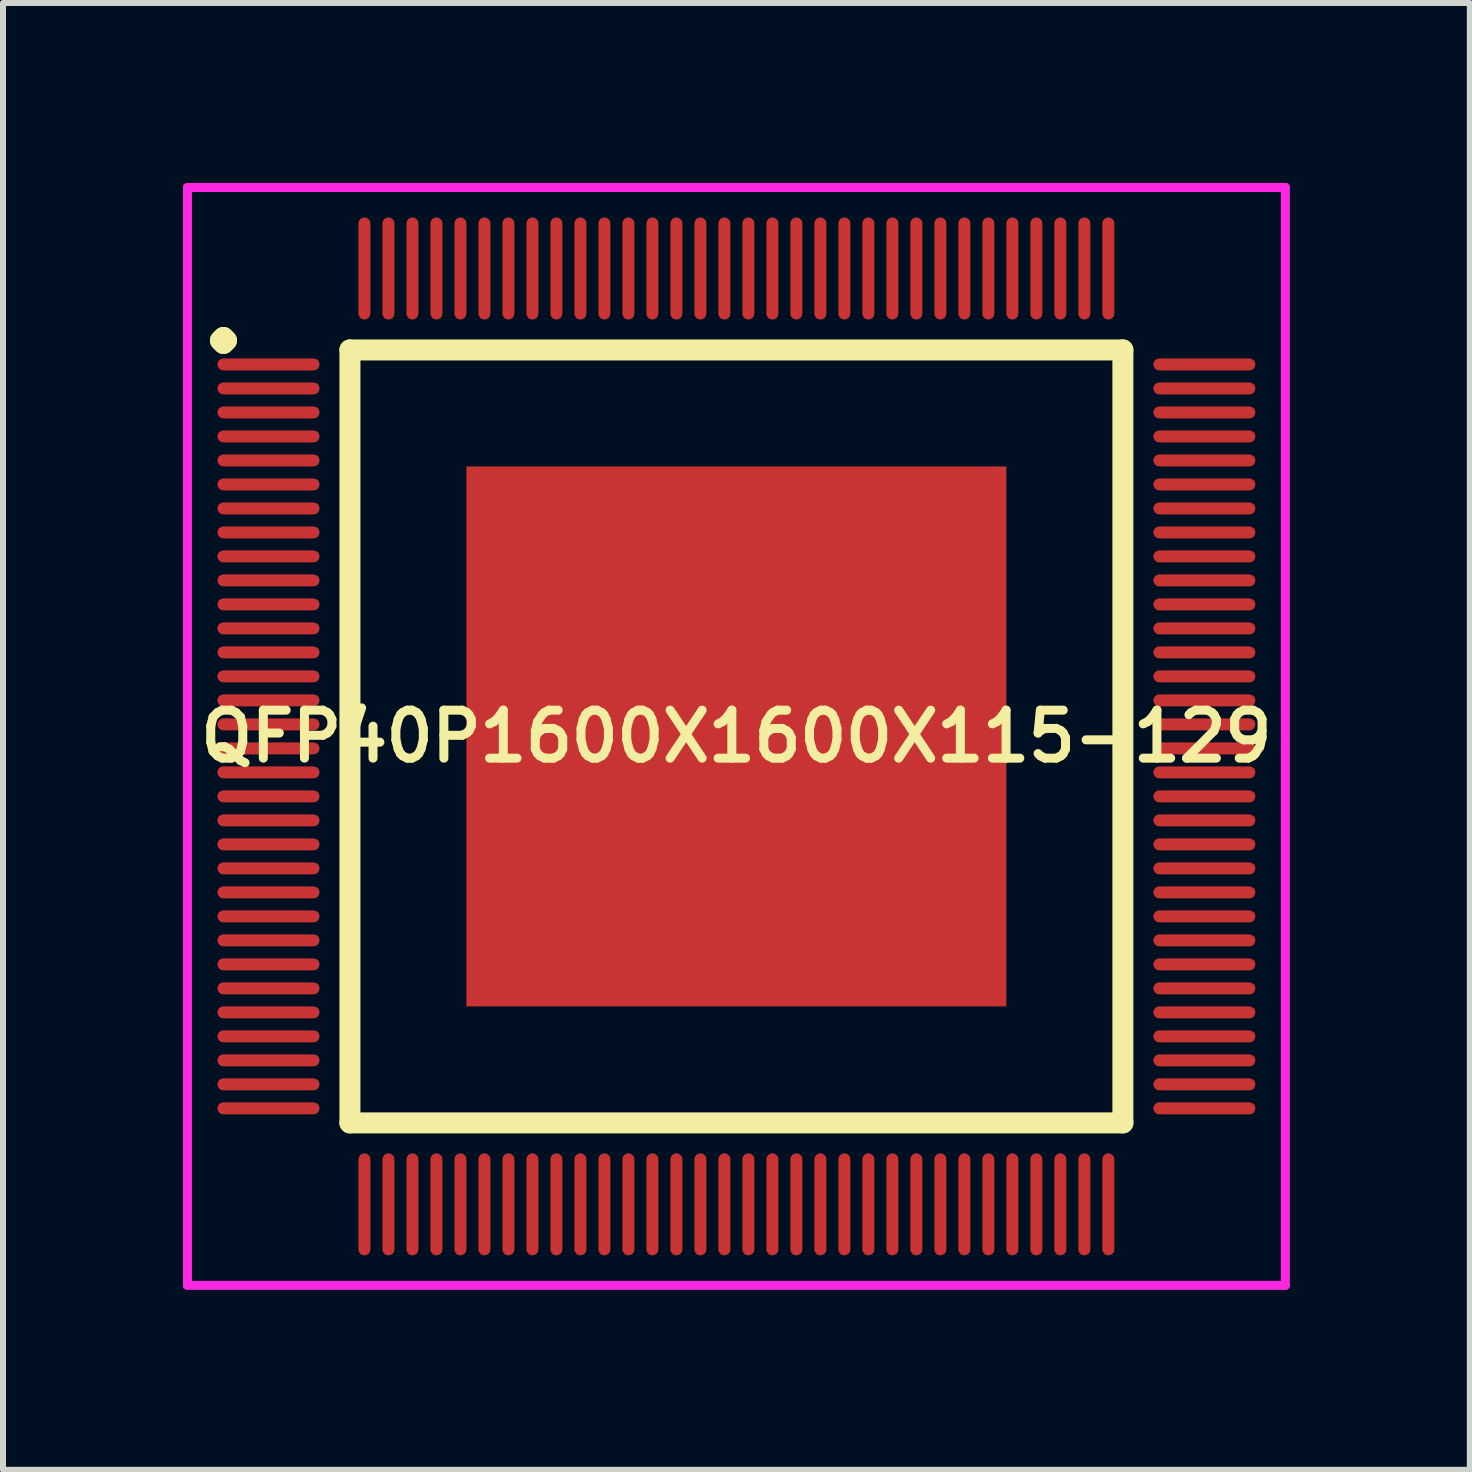
<source format=kicad_pcb>
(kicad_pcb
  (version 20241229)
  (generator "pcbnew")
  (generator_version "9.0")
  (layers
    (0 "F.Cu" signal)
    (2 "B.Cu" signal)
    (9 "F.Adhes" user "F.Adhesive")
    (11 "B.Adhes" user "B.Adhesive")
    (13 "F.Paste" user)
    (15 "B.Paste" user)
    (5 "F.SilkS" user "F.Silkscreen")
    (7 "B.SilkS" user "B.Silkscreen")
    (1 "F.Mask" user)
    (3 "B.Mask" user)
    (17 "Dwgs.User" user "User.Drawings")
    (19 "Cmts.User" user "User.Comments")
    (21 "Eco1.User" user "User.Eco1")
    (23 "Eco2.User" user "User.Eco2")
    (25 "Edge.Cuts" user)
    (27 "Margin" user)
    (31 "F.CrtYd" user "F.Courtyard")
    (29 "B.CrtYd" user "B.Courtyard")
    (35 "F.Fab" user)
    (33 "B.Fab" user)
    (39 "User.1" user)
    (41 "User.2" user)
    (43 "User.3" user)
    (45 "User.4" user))
  (footprint "QFP40P1600X1600X115-129"
    (layer "F.Cu")
    (at 9.225 9.225)
    (property "Reference" "QFP40P1600X1600X115-129" (at 0 0 0) (layer "F.SilkS") (effects (font (size 0.8 0.8) (thickness 0.15))))
    (attr smd)
    (fp_line (start -8.6 -6.6) (end -8.55 -6.65) (stroke (width 0.35) (type solid)) (layer "F.SilkS"))
    (fp_line (start -8.55 -6.65) (end -8.5 -6.6) (stroke (width 0.35) (type solid)) (layer "F.SilkS"))
    (fp_line (start -8.55 -6.55) (end -8.6 -6.6) (stroke (width 0.35) (type solid)) (layer "F.SilkS"))
    (fp_line (start -8.5 -6.6) (end -8.55 -6.55) (stroke (width 0.35) (type solid)) (layer "F.SilkS"))
    (fp_line (start -6.442 -6.442) (end -6.442 6.442) (stroke (width 0.35) (type solid)) (layer "F.SilkS"))
    (fp_line (start -6.442 6.442) (end 6.442 6.442) (stroke (width 0.35) (type solid)) (layer "F.SilkS"))
    (fp_line (start 6.442 -6.442) (end -6.442 -6.442) (stroke (width 0.35) (type solid)) (layer "F.SilkS"))
    (fp_line (start 6.442 6.442) (end 6.442 -6.442) (stroke (width 0.35) (type solid)) (layer "F.SilkS"))
    (fp_line (start -9.15 -9.15) (end 9.15 -9.15) (stroke (width 0.15) (type solid)) (layer "F.CrtYd"))
    (fp_line (start -9.15 9.15) (end -9.15 -9.15) (stroke (width 0.15) (type solid)) (layer "F.CrtYd"))
    (fp_line (start 9.15 -9.15) (end 9.15 9.15) (stroke (width 0.15) (type solid)) (layer "F.CrtYd"))
    (fp_line (start 9.15 9.15) (end -9.15 9.15) (stroke (width 0.15) (type solid)) (layer "F.CrtYd"))
    (pad "1" smd oval (at -7.8 -6.2) (size 1.7 0.2) (layers "F.Cu" "F.Mask" "F.Paste"))
    (pad "2" smd oval (at -7.8 -5.8) (size 1.7 0.2) (layers "F.Cu" "F.Mask" "F.Paste"))
    (pad "3" smd oval (at -7.8 -5.4) (size 1.7 0.2) (layers "F.Cu" "F.Mask" "F.Paste"))
    (pad "4" smd oval (at -7.8 -5) (size 1.7 0.2) (layers "F.Cu" "F.Mask" "F.Paste"))
    (pad "5" smd oval (at -7.8 -4.6) (size 1.7 0.2) (layers "F.Cu" "F.Mask" "F.Paste"))
    (pad "6" smd oval (at -7.8 -4.2) (size 1.7 0.2) (layers "F.Cu" "F.Mask" "F.Paste"))
    (pad "7" smd oval (at -7.8 -3.8) (size 1.7 0.2) (layers "F.Cu" "F.Mask" "F.Paste"))
    (pad "8" smd oval (at -7.8 -3.4) (size 1.7 0.2) (layers "F.Cu" "F.Mask" "F.Paste"))
    (pad "9" smd oval (at -7.8 -3) (size 1.7 0.2) (layers "F.Cu" "F.Mask" "F.Paste"))
    (pad "10" smd oval (at -7.8 -2.6) (size 1.7 0.2) (layers "F.Cu" "F.Mask" "F.Paste"))
    (pad "11" smd oval (at -7.8 -2.2) (size 1.7 0.2) (layers "F.Cu" "F.Mask" "F.Paste"))
    (pad "12" smd oval (at -7.8 -1.8) (size 1.7 0.2) (layers "F.Cu" "F.Mask" "F.Paste"))
    (pad "13" smd oval (at -7.8 -1.4) (size 1.7 0.2) (layers "F.Cu" "F.Mask" "F.Paste"))
    (pad "14" smd oval (at -7.8 -1) (size 1.7 0.2) (layers "F.Cu" "F.Mask" "F.Paste"))
    (pad "15" smd oval (at -7.8 -0.6) (size 1.7 0.2) (layers "F.Cu" "F.Mask" "F.Paste"))
    (pad "16" smd oval (at -7.8 -0.2) (size 1.7 0.2) (layers "F.Cu" "F.Mask" "F.Paste"))
    (pad "17" smd oval (at -7.8 0.2) (size 1.7 0.2) (layers "F.Cu" "F.Mask" "F.Paste"))
    (pad "18" smd oval (at -7.8 0.6) (size 1.7 0.2) (layers "F.Cu" "F.Mask" "F.Paste"))
    (pad "19" smd oval (at -7.8 1) (size 1.7 0.2) (layers "F.Cu" "F.Mask" "F.Paste"))
    (pad "20" smd oval (at -7.8 1.4) (size 1.7 0.2) (layers "F.Cu" "F.Mask" "F.Paste"))
    (pad "21" smd oval (at -7.8 1.8) (size 1.7 0.2) (layers "F.Cu" "F.Mask" "F.Paste"))
    (pad "22" smd oval (at -7.8 2.2) (size 1.7 0.2) (layers "F.Cu" "F.Mask" "F.Paste"))
    (pad "23" smd oval (at -7.8 2.6) (size 1.7 0.2) (layers "F.Cu" "F.Mask" "F.Paste"))
    (pad "24" smd oval (at -7.8 3) (size 1.7 0.2) (layers "F.Cu" "F.Mask" "F.Paste"))
    (pad "25" smd oval (at -7.8 3.4) (size 1.7 0.2) (layers "F.Cu" "F.Mask" "F.Paste"))
    (pad "26" smd oval (at -7.8 3.8) (size 1.7 0.2) (layers "F.Cu" "F.Mask" "F.Paste"))
    (pad "27" smd oval (at -7.8 4.2) (size 1.7 0.2) (layers "F.Cu" "F.Mask" "F.Paste"))
    (pad "28" smd oval (at -7.8 4.6) (size 1.7 0.2) (layers "F.Cu" "F.Mask" "F.Paste"))
    (pad "29" smd oval (at -7.8 5) (size 1.7 0.2) (layers "F.Cu" "F.Mask" "F.Paste"))
    (pad "30" smd oval (at -7.8 5.4) (size 1.7 0.2) (layers "F.Cu" "F.Mask" "F.Paste"))
    (pad "31" smd oval (at -7.8 5.8) (size 1.7 0.2) (layers "F.Cu" "F.Mask" "F.Paste"))
    (pad "32" smd oval (at -7.8 6.2) (size 1.7 0.2) (layers "F.Cu" "F.Mask" "F.Paste"))
    (pad "33" smd oval (at -6.2 7.8) (size 0.2 1.7) (layers "F.Cu" "F.Mask" "F.Paste"))
    (pad "34" smd oval (at -5.8 7.8) (size 0.2 1.7) (layers "F.Cu" "F.Mask" "F.Paste"))
    (pad "35" smd oval (at -5.4 7.8) (size 0.2 1.7) (layers "F.Cu" "F.Mask" "F.Paste"))
    (pad "36" smd oval (at -5 7.8) (size 0.2 1.7) (layers "F.Cu" "F.Mask" "F.Paste"))
    (pad "37" smd oval (at -4.6 7.8) (size 0.2 1.7) (layers "F.Cu" "F.Mask" "F.Paste"))
    (pad "38" smd oval (at -4.2 7.8) (size 0.2 1.7) (layers "F.Cu" "F.Mask" "F.Paste"))
    (pad "39" smd oval (at -3.8 7.8) (size 0.2 1.7) (layers "F.Cu" "F.Mask" "F.Paste"))
    (pad "40" smd oval (at -3.4 7.8) (size 0.2 1.7) (layers "F.Cu" "F.Mask" "F.Paste"))
    (pad "41" smd oval (at -3 7.8) (size 0.2 1.7) (layers "F.Cu" "F.Mask" "F.Paste"))
    (pad "42" smd oval (at -2.6 7.8) (size 0.2 1.7) (layers "F.Cu" "F.Mask" "F.Paste"))
    (pad "43" smd oval (at -2.2 7.8) (size 0.2 1.7) (layers "F.Cu" "F.Mask" "F.Paste"))
    (pad "44" smd oval (at -1.8 7.8) (size 0.2 1.7) (layers "F.Cu" "F.Mask" "F.Paste"))
    (pad "45" smd oval (at -1.4 7.8) (size 0.2 1.7) (layers "F.Cu" "F.Mask" "F.Paste"))
    (pad "46" smd oval (at -1 7.8) (size 0.2 1.7) (layers "F.Cu" "F.Mask" "F.Paste"))
    (pad "47" smd oval (at -0.6 7.8) (size 0.2 1.7) (layers "F.Cu" "F.Mask" "F.Paste"))
    (pad "48" smd oval (at -0.2 7.8) (size 0.2 1.7) (layers "F.Cu" "F.Mask" "F.Paste"))
    (pad "49" smd oval (at 0.2 7.8) (size 0.2 1.7) (layers "F.Cu" "F.Mask" "F.Paste"))
    (pad "50" smd oval (at 0.6 7.8) (size 0.2 1.7) (layers "F.Cu" "F.Mask" "F.Paste"))
    (pad "51" smd oval (at 1 7.8) (size 0.2 1.7) (layers "F.Cu" "F.Mask" "F.Paste"))
    (pad "52" smd oval (at 1.4 7.8) (size 0.2 1.7) (layers "F.Cu" "F.Mask" "F.Paste"))
    (pad "53" smd oval (at 1.8 7.8) (size 0.2 1.7) (layers "F.Cu" "F.Mask" "F.Paste"))
    (pad "54" smd oval (at 2.2 7.8) (size 0.2 1.7) (layers "F.Cu" "F.Mask" "F.Paste"))
    (pad "55" smd oval (at 2.6 7.8) (size 0.2 1.7) (layers "F.Cu" "F.Mask" "F.Paste"))
    (pad "56" smd oval (at 3 7.8) (size 0.2 1.7) (layers "F.Cu" "F.Mask" "F.Paste"))
    (pad "57" smd oval (at 3.4 7.8) (size 0.2 1.7) (layers "F.Cu" "F.Mask" "F.Paste"))
    (pad "58" smd oval (at 3.8 7.8) (size 0.2 1.7) (layers "F.Cu" "F.Mask" "F.Paste"))
    (pad "59" smd oval (at 4.2 7.8) (size 0.2 1.7) (layers "F.Cu" "F.Mask" "F.Paste"))
    (pad "60" smd oval (at 4.6 7.8) (size 0.2 1.7) (layers "F.Cu" "F.Mask" "F.Paste"))
    (pad "61" smd oval (at 5 7.8) (size 0.2 1.7) (layers "F.Cu" "F.Mask" "F.Paste"))
    (pad "62" smd oval (at 5.4 7.8) (size 0.2 1.7) (layers "F.Cu" "F.Mask" "F.Paste"))
    (pad "63" smd oval (at 5.8 7.8) (size 0.2 1.7) (layers "F.Cu" "F.Mask" "F.Paste"))
    (pad "64" smd oval (at 6.2 7.8) (size 0.2 1.7) (layers "F.Cu" "F.Mask" "F.Paste"))
    (pad "65" smd oval (at 7.8 6.2) (size 1.7 0.2) (layers "F.Cu" "F.Mask" "F.Paste"))
    (pad "66" smd oval (at 7.8 5.8) (size 1.7 0.2) (layers "F.Cu" "F.Mask" "F.Paste"))
    (pad "67" smd oval (at 7.8 5.4) (size 1.7 0.2) (layers "F.Cu" "F.Mask" "F.Paste"))
    (pad "68" smd oval (at 7.8 5) (size 1.7 0.2) (layers "F.Cu" "F.Mask" "F.Paste"))
    (pad "69" smd oval (at 7.8 4.6) (size 1.7 0.2) (layers "F.Cu" "F.Mask" "F.Paste"))
    (pad "70" smd oval (at 7.8 4.2) (size 1.7 0.2) (layers "F.Cu" "F.Mask" "F.Paste"))
    (pad "71" smd oval (at 7.8 3.8) (size 1.7 0.2) (layers "F.Cu" "F.Mask" "F.Paste"))
    (pad "72" smd oval (at 7.8 3.4) (size 1.7 0.2) (layers "F.Cu" "F.Mask" "F.Paste"))
    (pad "73" smd oval (at 7.8 3) (size 1.7 0.2) (layers "F.Cu" "F.Mask" "F.Paste"))
    (pad "74" smd oval (at 7.8 2.6) (size 1.7 0.2) (layers "F.Cu" "F.Mask" "F.Paste"))
    (pad "75" smd oval (at 7.8 2.2) (size 1.7 0.2) (layers "F.Cu" "F.Mask" "F.Paste"))
    (pad "76" smd oval (at 7.8 1.8) (size 1.7 0.2) (layers "F.Cu" "F.Mask" "F.Paste"))
    (pad "77" smd oval (at 7.8 1.4) (size 1.7 0.2) (layers "F.Cu" "F.Mask" "F.Paste"))
    (pad "78" smd oval (at 7.8 1) (size 1.7 0.2) (layers "F.Cu" "F.Mask" "F.Paste"))
    (pad "79" smd oval (at 7.8 0.6) (size 1.7 0.2) (layers "F.Cu" "F.Mask" "F.Paste"))
    (pad "80" smd oval (at 7.8 0.2) (size 1.7 0.2) (layers "F.Cu" "F.Mask" "F.Paste"))
    (pad "81" smd oval (at 7.8 -0.2) (size 1.7 0.2) (layers "F.Cu" "F.Mask" "F.Paste"))
    (pad "82" smd oval (at 7.8 -0.6) (size 1.7 0.2) (layers "F.Cu" "F.Mask" "F.Paste"))
    (pad "83" smd oval (at 7.8 -1) (size 1.7 0.2) (layers "F.Cu" "F.Mask" "F.Paste"))
    (pad "84" smd oval (at 7.8 -1.4) (size 1.7 0.2) (layers "F.Cu" "F.Mask" "F.Paste"))
    (pad "85" smd oval (at 7.8 -1.8) (size 1.7 0.2) (layers "F.Cu" "F.Mask" "F.Paste"))
    (pad "86" smd oval (at 7.8 -2.2) (size 1.7 0.2) (layers "F.Cu" "F.Mask" "F.Paste"))
    (pad "87" smd oval (at 7.8 -2.6) (size 1.7 0.2) (layers "F.Cu" "F.Mask" "F.Paste"))
    (pad "88" smd oval (at 7.8 -3) (size 1.7 0.2) (layers "F.Cu" "F.Mask" "F.Paste"))
    (pad "89" smd oval (at 7.8 -3.4) (size 1.7 0.2) (layers "F.Cu" "F.Mask" "F.Paste"))
    (pad "90" smd oval (at 7.8 -3.8) (size 1.7 0.2) (layers "F.Cu" "F.Mask" "F.Paste"))
    (pad "91" smd oval (at 7.8 -4.2) (size 1.7 0.2) (layers "F.Cu" "F.Mask" "F.Paste"))
    (pad "92" smd oval (at 7.8 -4.6) (size 1.7 0.2) (layers "F.Cu" "F.Mask" "F.Paste"))
    (pad "93" smd oval (at 7.8 -5) (size 1.7 0.2) (layers "F.Cu" "F.Mask" "F.Paste"))
    (pad "94" smd oval (at 7.8 -5.4) (size 1.7 0.2) (layers "F.Cu" "F.Mask" "F.Paste"))
    (pad "95" smd oval (at 7.8 -5.8) (size 1.7 0.2) (layers "F.Cu" "F.Mask" "F.Paste"))
    (pad "96" smd oval (at 7.8 -6.2) (size 1.7 0.2) (layers "F.Cu" "F.Mask" "F.Paste"))
    (pad "97" smd oval (at 6.2 -7.8) (size 0.2 1.7) (layers "F.Cu" "F.Mask" "F.Paste"))
    (pad "98" smd oval (at 5.8 -7.8) (size 0.2 1.7) (layers "F.Cu" "F.Mask" "F.Paste"))
    (pad "99" smd oval (at 5.4 -7.8) (size 0.2 1.7) (layers "F.Cu" "F.Mask" "F.Paste"))
    (pad "100" smd oval (at 5 -7.8) (size 0.2 1.7) (layers "F.Cu" "F.Mask" "F.Paste"))
    (pad "101" smd oval (at 4.6 -7.8) (size 0.2 1.7) (layers "F.Cu" "F.Mask" "F.Paste"))
    (pad "102" smd oval (at 4.2 -7.8) (size 0.2 1.7) (layers "F.Cu" "F.Mask" "F.Paste"))
    (pad "103" smd oval (at 3.8 -7.8) (size 0.2 1.7) (layers "F.Cu" "F.Mask" "F.Paste"))
    (pad "104" smd oval (at 3.4 -7.8) (size 0.2 1.7) (layers "F.Cu" "F.Mask" "F.Paste"))
    (pad "105" smd oval (at 3 -7.8) (size 0.2 1.7) (layers "F.Cu" "F.Mask" "F.Paste"))
    (pad "106" smd oval (at 2.6 -7.8) (size 0.2 1.7) (layers "F.Cu" "F.Mask" "F.Paste"))
    (pad "107" smd oval (at 2.2 -7.8) (size 0.2 1.7) (layers "F.Cu" "F.Mask" "F.Paste"))
    (pad "108" smd oval (at 1.8 -7.8) (size 0.2 1.7) (layers "F.Cu" "F.Mask" "F.Paste"))
    (pad "109" smd oval (at 1.4 -7.8) (size 0.2 1.7) (layers "F.Cu" "F.Mask" "F.Paste"))
    (pad "110" smd oval (at 1 -7.8) (size 0.2 1.7) (layers "F.Cu" "F.Mask" "F.Paste"))
    (pad "111" smd oval (at 0.6 -7.8) (size 0.2 1.7) (layers "F.Cu" "F.Mask" "F.Paste"))
    (pad "112" smd oval (at 0.2 -7.8) (size 0.2 1.7) (layers "F.Cu" "F.Mask" "F.Paste"))
    (pad "113" smd oval (at -0.2 -7.8) (size 0.2 1.7) (layers "F.Cu" "F.Mask" "F.Paste"))
    (pad "114" smd oval (at -0.6 -7.8) (size 0.2 1.7) (layers "F.Cu" "F.Mask" "F.Paste"))
    (pad "115" smd oval (at -1 -7.8) (size 0.2 1.7) (layers "F.Cu" "F.Mask" "F.Paste"))
    (pad "116" smd oval (at -1.4 -7.8) (size 0.2 1.7) (layers "F.Cu" "F.Mask" "F.Paste"))
    (pad "117" smd oval (at -1.8 -7.8) (size 0.2 1.7) (layers "F.Cu" "F.Mask" "F.Paste"))
    (pad "118" smd oval (at -2.2 -7.8) (size 0.2 1.7) (layers "F.Cu" "F.Mask" "F.Paste"))
    (pad "119" smd oval (at -2.6 -7.8) (size 0.2 1.7) (layers "F.Cu" "F.Mask" "F.Paste"))
    (pad "120" smd oval (at -3 -7.8) (size 0.2 1.7) (layers "F.Cu" "F.Mask" "F.Paste"))
    (pad "121" smd oval (at -3.4 -7.8) (size 0.2 1.7) (layers "F.Cu" "F.Mask" "F.Paste"))
    (pad "122" smd oval (at -3.8 -7.8) (size 0.2 1.7) (layers "F.Cu" "F.Mask" "F.Paste"))
    (pad "123" smd oval (at -4.2 -7.8) (size 0.2 1.7) (layers "F.Cu" "F.Mask" "F.Paste"))
    (pad "124" smd oval (at -4.6 -7.8) (size 0.2 1.7) (layers "F.Cu" "F.Mask" "F.Paste"))
    (pad "125" smd oval (at -5 -7.8) (size 0.2 1.7) (layers "F.Cu" "F.Mask" "F.Paste"))
    (pad "126" smd oval (at -5.4 -7.8) (size 0.2 1.7) (layers "F.Cu" "F.Mask" "F.Paste"))
    (pad "127" smd oval (at -5.8 -7.8) (size 0.2 1.7) (layers "F.Cu" "F.Mask" "F.Paste"))
    (pad "128" smd oval (at -6.2 -7.8) (size 0.2 1.7) (layers "F.Cu" "F.Mask" "F.Paste"))
    (pad "129" smd rect (at 0 0) (size 9 9) (layers "F.Cu" "F.Mask" "F.Paste")))
  (gr_rect
    (start -3 -3)
    (end 21.45 21.45)
    (stroke (width 0.1) (type default))
    (fill no)
    (layer "Edge.Cuts")))
</source>
